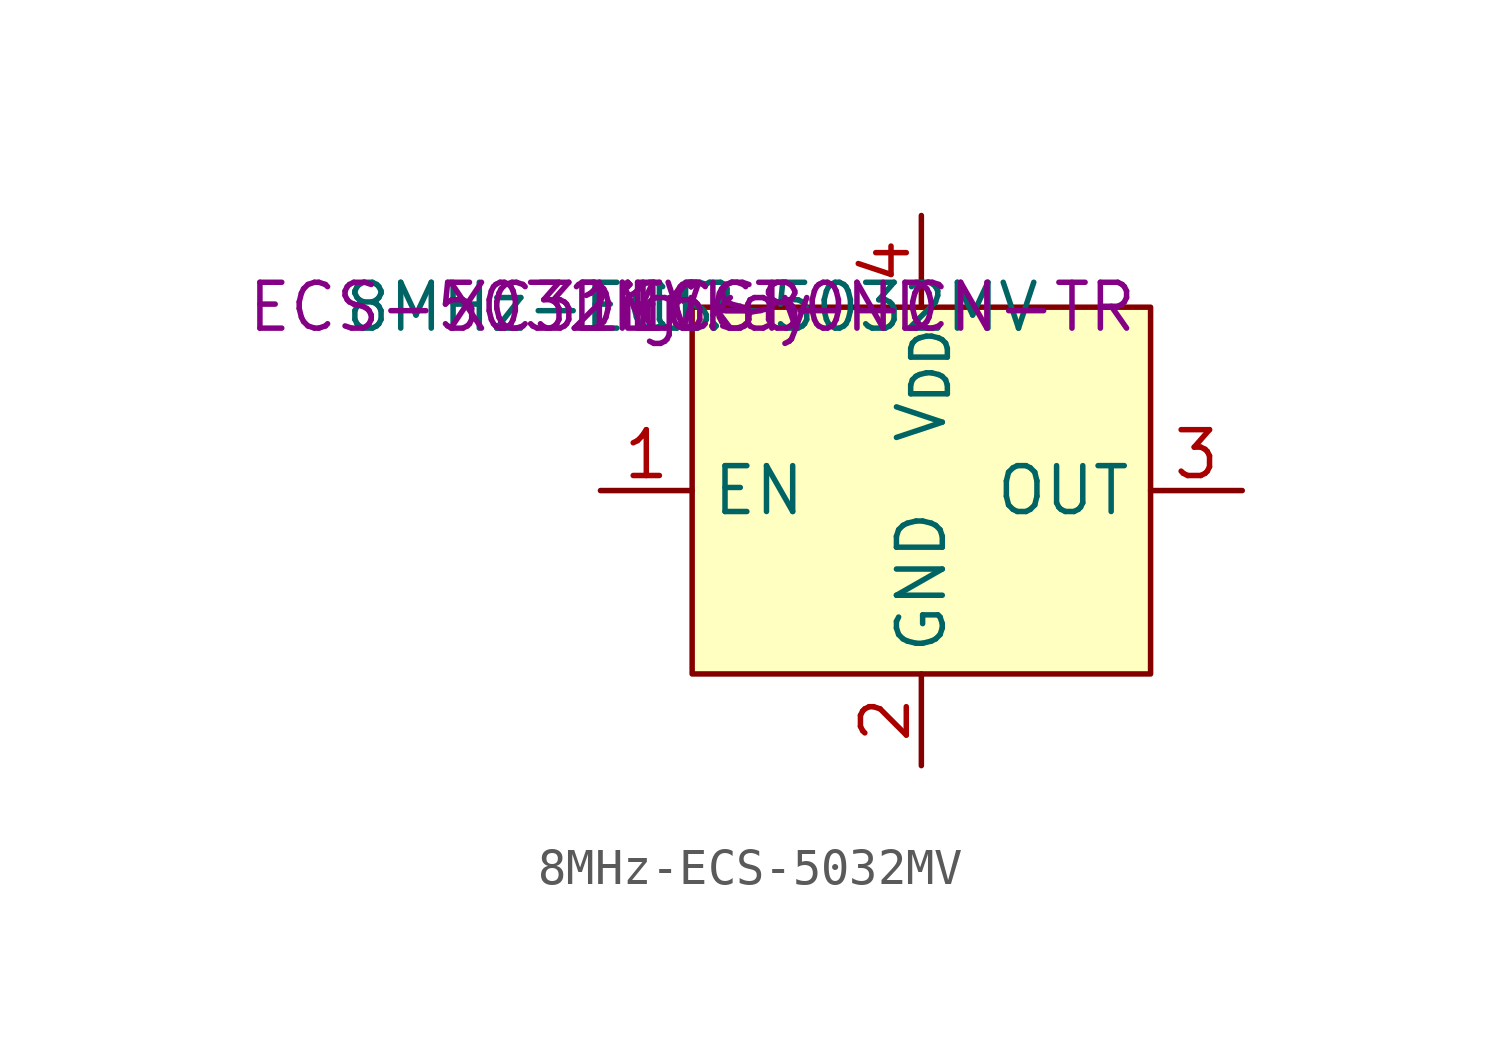
<source format=kicad_sym>
(kicad_symbol_lib
  (version 20220914)
  (generator kicad_symbol_editor)
  (symbol "8MHz-ECS-5032MV"
    (property "Reference" "U"
      (at 0 0 0)
      (effects (font (size 1.27 1.27))))
    (property "Value" "8MHz-ECS-5032MV"
      (at 0 0 0)
      (effects (font (size 1.27 1.27))))
    (property "MFG" "ECS"
      (at 0 0 0)
      (effects (font (size 1.27 1.27))))
    (property "MFG P/N" "ECS-5032MV-80-CN-TR"
      (at 0 0 0)
      (effects (font (size 1.27 1.27))))
    (property "DIST" "Digikey"
      (at 0 0 0)
      (effects (font (size 1.27 1.27))))
    (property "DIST P/N" "XC3116CT-ND"
      (at 0 0 0)
      (effects (font (size 1.27 1.27))))
    (symbol "8MHz-ECS-5032MV_1_1"
      (rectangle (start 0 0) (end 12.7 -10.16) (stroke (width 0) (type default)) (fill (type background)))
      (pin input line (at -2.54 -5.08 0) (length 2.54) (name "EN" (effects (font (size 1.27 1.27)))) (number "1" (effects (font (size 1.27 1.27)))))
      (pin passive line (at 6.35 -12.7 90) (length 2.54) (name "GND" (effects (font (size 1.27 1.27)))) (number "2" (effects (font (size 1.27 1.27)))))
      (pin output line (at 15.24 -5.08 180) (length 2.54) (name "OUT" (effects (font (size 1.27 1.27)))) (number "3" (effects (font (size 1.27 1.27)))))
      (pin power_in line (at 6.35 2.54 270) (length 2.54) (name "V_{DD}" (effects (font (size 1.27 1.27)))) (number "4" (effects (font (size 1.27 1.27))))))))
</source>
